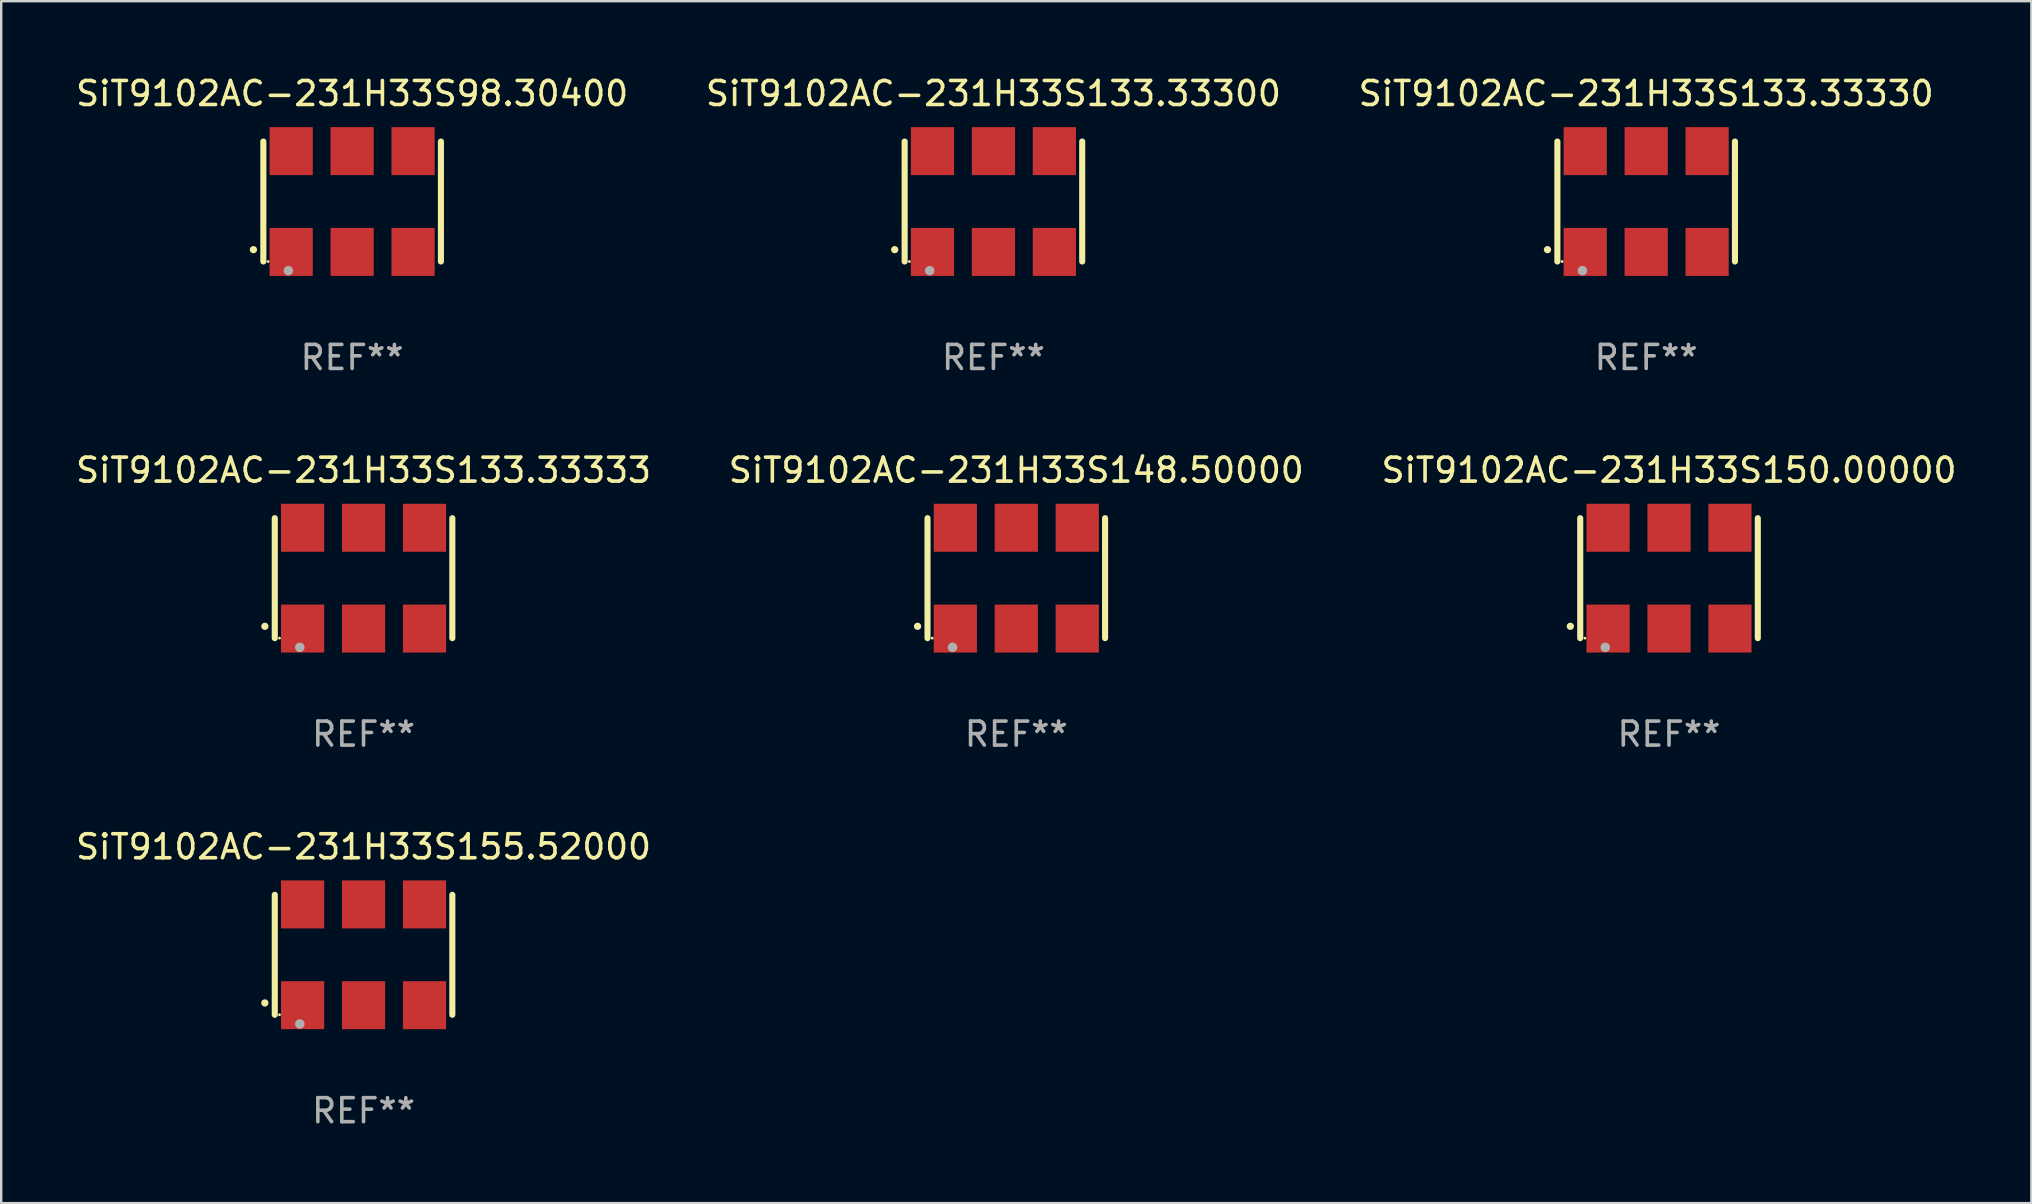
<source format=kicad_pcb>
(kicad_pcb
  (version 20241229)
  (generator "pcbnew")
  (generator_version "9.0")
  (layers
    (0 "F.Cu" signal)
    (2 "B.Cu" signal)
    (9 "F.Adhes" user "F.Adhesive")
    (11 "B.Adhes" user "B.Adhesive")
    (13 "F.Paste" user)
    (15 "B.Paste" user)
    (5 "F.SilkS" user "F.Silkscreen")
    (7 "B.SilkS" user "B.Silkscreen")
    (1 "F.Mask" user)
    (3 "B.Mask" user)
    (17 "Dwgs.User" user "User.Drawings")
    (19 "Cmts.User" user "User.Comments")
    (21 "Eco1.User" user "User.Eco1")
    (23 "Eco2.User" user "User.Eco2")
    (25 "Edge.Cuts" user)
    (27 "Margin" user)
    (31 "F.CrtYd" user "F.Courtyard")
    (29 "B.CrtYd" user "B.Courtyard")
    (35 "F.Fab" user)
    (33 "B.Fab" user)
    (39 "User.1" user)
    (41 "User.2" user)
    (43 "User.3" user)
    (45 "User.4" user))
  (footprint "SiT9102AC-231H33S148.50000"
    (layer "F.Cu")
    (at 39.304 21.045)
    (property "Reference" "SiT9102AC-231H33S148.50000" (at 0 -4.5 0) (layer "F.SilkS") (effects (font (size 1 1) (thickness 0.15))))
    (attr through_hole)
    (fp_line (start -3.7 -2.5) (end -3.7 2.5) (stroke (width 0.254) (type solid)) (layer "F.SilkS"))
    (fp_line (start 3.7 -2.5) (end 3.7 2.5) (stroke (width 0.254) (type solid)) (layer "F.SilkS"))
    (fp_arc (start -4.114415 2.006604) (mid -4.113145 2.006599) (end -4.111875 2.006604) (stroke (width 0.3) (type solid)) (layer "F.SilkS"))
    (fp_circle (center -3.502 2.5) (end -3.472 2.5) (stroke (width 0.06) (type solid)) (fill no) (layer "F.SilkS"))
    (fp_circle (center -2.657 2.882) (end -2.557 2.882) (stroke (width 0.2) (type solid)) (fill no) (layer "F.Fab"))
    (fp_text user "REF**" (at 0 6.5 0) (layer "F.Fab") (effects (font (size 1 1) (thickness 0.15))))
    (pad "1" smd rect (at -2.54 2.1) (size 1.8 2) (layers "F.Cu" "F.Mask" "F.Paste"))
    (pad "2" smd rect (at 0.000394 2.1) (size 1.8 2) (layers "F.Cu" "F.Mask" "F.Paste"))
    (pad "3" smd rect (at 2.54 2.1) (size 1.8 2) (layers "F.Cu" "F.Mask" "F.Paste"))
    (pad "4" smd rect (at 2.54 -2.1) (size 1.8 2) (layers "F.Cu" "F.Mask" "F.Paste"))
    (pad "5" smd rect (at 0.000394 -2.1) (size 1.8 2) (layers "F.Cu" "F.Mask" "F.Paste"))
    (pad "6" smd rect (at -2.54 -2.1) (size 1.8 2) (layers "F.Cu" "F.Mask" "F.Paste")))
  (footprint "SiT9102AC-231H33S133.33300"
    (layer "F.Cu")
    (at 38.351 5.348)
    (property "Reference" "SiT9102AC-231H33S133.33300" (at 0 -4.5 0) (layer "F.SilkS") (effects (font (size 1 1) (thickness 0.15))))
    (attr through_hole)
    (fp_line (start -3.7 -2.5) (end -3.7 2.5) (stroke (width 0.254) (type solid)) (layer "F.SilkS"))
    (fp_line (start 3.7 -2.5) (end 3.7 2.5) (stroke (width 0.254) (type solid)) (layer "F.SilkS"))
    (fp_arc (start -4.114415 2.006604) (mid -4.113145 2.006599) (end -4.111875 2.006604) (stroke (width 0.3) (type solid)) (layer "F.SilkS"))
    (fp_circle (center -3.502 2.5) (end -3.472 2.5) (stroke (width 0.06) (type solid)) (fill no) (layer "F.SilkS"))
    (fp_circle (center -2.657 2.882) (end -2.557 2.882) (stroke (width 0.2) (type solid)) (fill no) (layer "F.Fab"))
    (fp_text user "REF**" (at 0 6.5 0) (layer "F.Fab") (effects (font (size 1 1) (thickness 0.15))))
    (pad "1" smd rect (at -2.54 2.1) (size 1.8 2) (layers "F.Cu" "F.Mask" "F.Paste"))
    (pad "2" smd rect (at 0.000394 2.1) (size 1.8 2) (layers "F.Cu" "F.Mask" "F.Paste"))
    (pad "3" smd rect (at 2.54 2.1) (size 1.8 2) (layers "F.Cu" "F.Mask" "F.Paste"))
    (pad "4" smd rect (at 2.54 -2.1) (size 1.8 2) (layers "F.Cu" "F.Mask" "F.Paste"))
    (pad "5" smd rect (at 0.000394 -2.1) (size 1.8 2) (layers "F.Cu" "F.Mask" "F.Paste"))
    (pad "6" smd rect (at -2.54 -2.1) (size 1.8 2) (layers "F.Cu" "F.Mask" "F.Paste")))
  (footprint "SiT9102AC-231H33S150.00000"
    (layer "F.Cu")
    (at 66.506 21.045)
    (property "Reference" "SiT9102AC-231H33S150.00000" (at 0 -4.5 0) (layer "F.SilkS") (effects (font (size 1 1) (thickness 0.15))))
    (attr through_hole)
    (fp_line (start -3.7 -2.5) (end -3.7 2.5) (stroke (width 0.254) (type solid)) (layer "F.SilkS"))
    (fp_line (start 3.7 -2.5) (end 3.7 2.5) (stroke (width 0.254) (type solid)) (layer "F.SilkS"))
    (fp_arc (start -4.114415 2.006604) (mid -4.113145 2.006599) (end -4.111875 2.006604) (stroke (width 0.3) (type solid)) (layer "F.SilkS"))
    (fp_circle (center -3.502 2.5) (end -3.472 2.5) (stroke (width 0.06) (type solid)) (fill no) (layer "F.SilkS"))
    (fp_circle (center -2.657 2.882) (end -2.557 2.882) (stroke (width 0.2) (type solid)) (fill no) (layer "F.Fab"))
    (fp_text user "REF**" (at 0 6.5 0) (layer "F.Fab") (effects (font (size 1 1) (thickness 0.15))))
    (pad "1" smd rect (at -2.54 2.1) (size 1.8 2) (layers "F.Cu" "F.Mask" "F.Paste"))
    (pad "2" smd rect (at 0.000394 2.1) (size 1.8 2) (layers "F.Cu" "F.Mask" "F.Paste"))
    (pad "3" smd rect (at 2.54 2.1) (size 1.8 2) (layers "F.Cu" "F.Mask" "F.Paste"))
    (pad "4" smd rect (at 2.54 -2.1) (size 1.8 2) (layers "F.Cu" "F.Mask" "F.Paste"))
    (pad "5" smd rect (at 0.000394 -2.1) (size 1.8 2) (layers "F.Cu" "F.Mask" "F.Paste"))
    (pad "6" smd rect (at -2.54 -2.1) (size 1.8 2) (layers "F.Cu" "F.Mask" "F.Paste")))
  (footprint "SiT9102AC-231H33S133.33330"
    (layer "F.Cu")
    (at 65.554 5.348)
    (property "Reference" "SiT9102AC-231H33S133.33330" (at 0 -4.5 0) (layer "F.SilkS") (effects (font (size 1 1) (thickness 0.15))))
    (attr through_hole)
    (fp_line (start -3.7 -2.5) (end -3.7 2.5) (stroke (width 0.254) (type solid)) (layer "F.SilkS"))
    (fp_line (start 3.7 -2.5) (end 3.7 2.5) (stroke (width 0.254) (type solid)) (layer "F.SilkS"))
    (fp_arc (start -4.114415 2.006604) (mid -4.113145 2.006599) (end -4.111875 2.006604) (stroke (width 0.3) (type solid)) (layer "F.SilkS"))
    (fp_circle (center -3.502 2.5) (end -3.472 2.5) (stroke (width 0.06) (type solid)) (fill no) (layer "F.SilkS"))
    (fp_circle (center -2.657 2.882) (end -2.557 2.882) (stroke (width 0.2) (type solid)) (fill no) (layer "F.Fab"))
    (fp_text user "REF**" (at 0 6.5 0) (layer "F.Fab") (effects (font (size 1 1) (thickness 0.15))))
    (pad "1" smd rect (at -2.54 2.1) (size 1.8 2) (layers "F.Cu" "F.Mask" "F.Paste"))
    (pad "2" smd rect (at 0.000394 2.1) (size 1.8 2) (layers "F.Cu" "F.Mask" "F.Paste"))
    (pad "3" smd rect (at 2.54 2.1) (size 1.8 2) (layers "F.Cu" "F.Mask" "F.Paste"))
    (pad "4" smd rect (at 2.54 -2.1) (size 1.8 2) (layers "F.Cu" "F.Mask" "F.Paste"))
    (pad "5" smd rect (at 0.000394 -2.1) (size 1.8 2) (layers "F.Cu" "F.Mask" "F.Paste"))
    (pad "6" smd rect (at -2.54 -2.1) (size 1.8 2) (layers "F.Cu" "F.Mask" "F.Paste")))
  (footprint "SiT9102AC-231H33S98.30400"
    (layer "F.Cu")
    (at 11.625 5.348)
    (property "Reference" "SiT9102AC-231H33S98.30400" (at 0 -4.5 0) (layer "F.SilkS") (effects (font (size 1 1) (thickness 0.15))))
    (attr through_hole)
    (fp_line (start -3.7 -2.5) (end -3.7 2.5) (stroke (width 0.254) (type solid)) (layer "F.SilkS"))
    (fp_line (start 3.7 -2.5) (end 3.7 2.5) (stroke (width 0.254) (type solid)) (layer "F.SilkS"))
    (fp_arc (start -4.114415 2.006604) (mid -4.113145 2.006599) (end -4.111875 2.006604) (stroke (width 0.3) (type solid)) (layer "F.SilkS"))
    (fp_circle (center -3.502 2.5) (end -3.472 2.5) (stroke (width 0.06) (type solid)) (fill no) (layer "F.SilkS"))
    (fp_circle (center -2.657 2.882) (end -2.557 2.882) (stroke (width 0.2) (type solid)) (fill no) (layer "F.Fab"))
    (fp_text user "REF**" (at 0 6.5 0) (layer "F.Fab") (effects (font (size 1 1) (thickness 0.15))))
    (pad "1" smd rect (at -2.54 2.1) (size 1.8 2) (layers "F.Cu" "F.Mask" "F.Paste"))
    (pad "2" smd rect (at 0.000394 2.1) (size 1.8 2) (layers "F.Cu" "F.Mask" "F.Paste"))
    (pad "3" smd rect (at 2.54 2.1) (size 1.8 2) (layers "F.Cu" "F.Mask" "F.Paste"))
    (pad "4" smd rect (at 2.54 -2.1) (size 1.8 2) (layers "F.Cu" "F.Mask" "F.Paste"))
    (pad "5" smd rect (at 0.000394 -2.1) (size 1.8 2) (layers "F.Cu" "F.Mask" "F.Paste"))
    (pad "6" smd rect (at -2.54 -2.1) (size 1.8 2) (layers "F.Cu" "F.Mask" "F.Paste")))
  (footprint "SiT9102AC-231H33S155.52000"
    (layer "F.Cu")
    (at 12.101 36.741)
    (property "Reference" "SiT9102AC-231H33S155.52000" (at 0 -4.5 0) (layer "F.SilkS") (effects (font (size 1 1) (thickness 0.15))))
    (attr through_hole)
    (fp_line (start -3.7 -2.5) (end -3.7 2.5) (stroke (width 0.254) (type solid)) (layer "F.SilkS"))
    (fp_line (start 3.7 -2.5) (end 3.7 2.5) (stroke (width 0.254) (type solid)) (layer "F.SilkS"))
    (fp_arc (start -4.114415 2.006604) (mid -4.113145 2.006599) (end -4.111875 2.006604) (stroke (width 0.3) (type solid)) (layer "F.SilkS"))
    (fp_circle (center -3.502 2.5) (end -3.472 2.5) (stroke (width 0.06) (type solid)) (fill no) (layer "F.SilkS"))
    (fp_circle (center -2.657 2.882) (end -2.557 2.882) (stroke (width 0.2) (type solid)) (fill no) (layer "F.Fab"))
    (fp_text user "REF**" (at 0 6.5 0) (layer "F.Fab") (effects (font (size 1 1) (thickness 0.15))))
    (pad "1" smd rect (at -2.54 2.1) (size 1.8 2) (layers "F.Cu" "F.Mask" "F.Paste"))
    (pad "2" smd rect (at 0.000394 2.1) (size 1.8 2) (layers "F.Cu" "F.Mask" "F.Paste"))
    (pad "3" smd rect (at 2.54 2.1) (size 1.8 2) (layers "F.Cu" "F.Mask" "F.Paste"))
    (pad "4" smd rect (at 2.54 -2.1) (size 1.8 2) (layers "F.Cu" "F.Mask" "F.Paste"))
    (pad "5" smd rect (at 0.000394 -2.1) (size 1.8 2) (layers "F.Cu" "F.Mask" "F.Paste"))
    (pad "6" smd rect (at -2.54 -2.1) (size 1.8 2) (layers "F.Cu" "F.Mask" "F.Paste")))
  (footprint "SiT9102AC-231H33S133.33333"
    (layer "F.Cu")
    (at 12.101 21.045)
    (property "Reference" "SiT9102AC-231H33S133.33333" (at 0 -4.5 0) (layer "F.SilkS") (effects (font (size 1 1) (thickness 0.15))))
    (attr through_hole)
    (fp_line (start -3.7 -2.5) (end -3.7 2.5) (stroke (width 0.254) (type solid)) (layer "F.SilkS"))
    (fp_line (start 3.7 -2.5) (end 3.7 2.5) (stroke (width 0.254) (type solid)) (layer "F.SilkS"))
    (fp_arc (start -4.114415 2.006604) (mid -4.113145 2.006599) (end -4.111875 2.006604) (stroke (width 0.3) (type solid)) (layer "F.SilkS"))
    (fp_circle (center -3.502 2.5) (end -3.472 2.5) (stroke (width 0.06) (type solid)) (fill no) (layer "F.SilkS"))
    (fp_circle (center -2.657 2.882) (end -2.557 2.882) (stroke (width 0.2) (type solid)) (fill no) (layer "F.Fab"))
    (fp_text user "REF**" (at 0 6.5 0) (layer "F.Fab") (effects (font (size 1 1) (thickness 0.15))))
    (pad "1" smd rect (at -2.54 2.1) (size 1.8 2) (layers "F.Cu" "F.Mask" "F.Paste"))
    (pad "2" smd rect (at 0.000394 2.1) (size 1.8 2) (layers "F.Cu" "F.Mask" "F.Paste"))
    (pad "3" smd rect (at 2.54 2.1) (size 1.8 2) (layers "F.Cu" "F.Mask" "F.Paste"))
    (pad "4" smd rect (at 2.54 -2.1) (size 1.8 2) (layers "F.Cu" "F.Mask" "F.Paste"))
    (pad "5" smd rect (at 0.000394 -2.1) (size 1.8 2) (layers "F.Cu" "F.Mask" "F.Paste"))
    (pad "6" smd rect (at -2.54 -2.1) (size 1.8 2) (layers "F.Cu" "F.Mask" "F.Paste")))
  (gr_rect
    (start -3 -3)
    (end 81.607 47.09)
    (stroke (width 0.1) (type default))
    (fill no)
    (layer "Edge.Cuts")))
</source>
